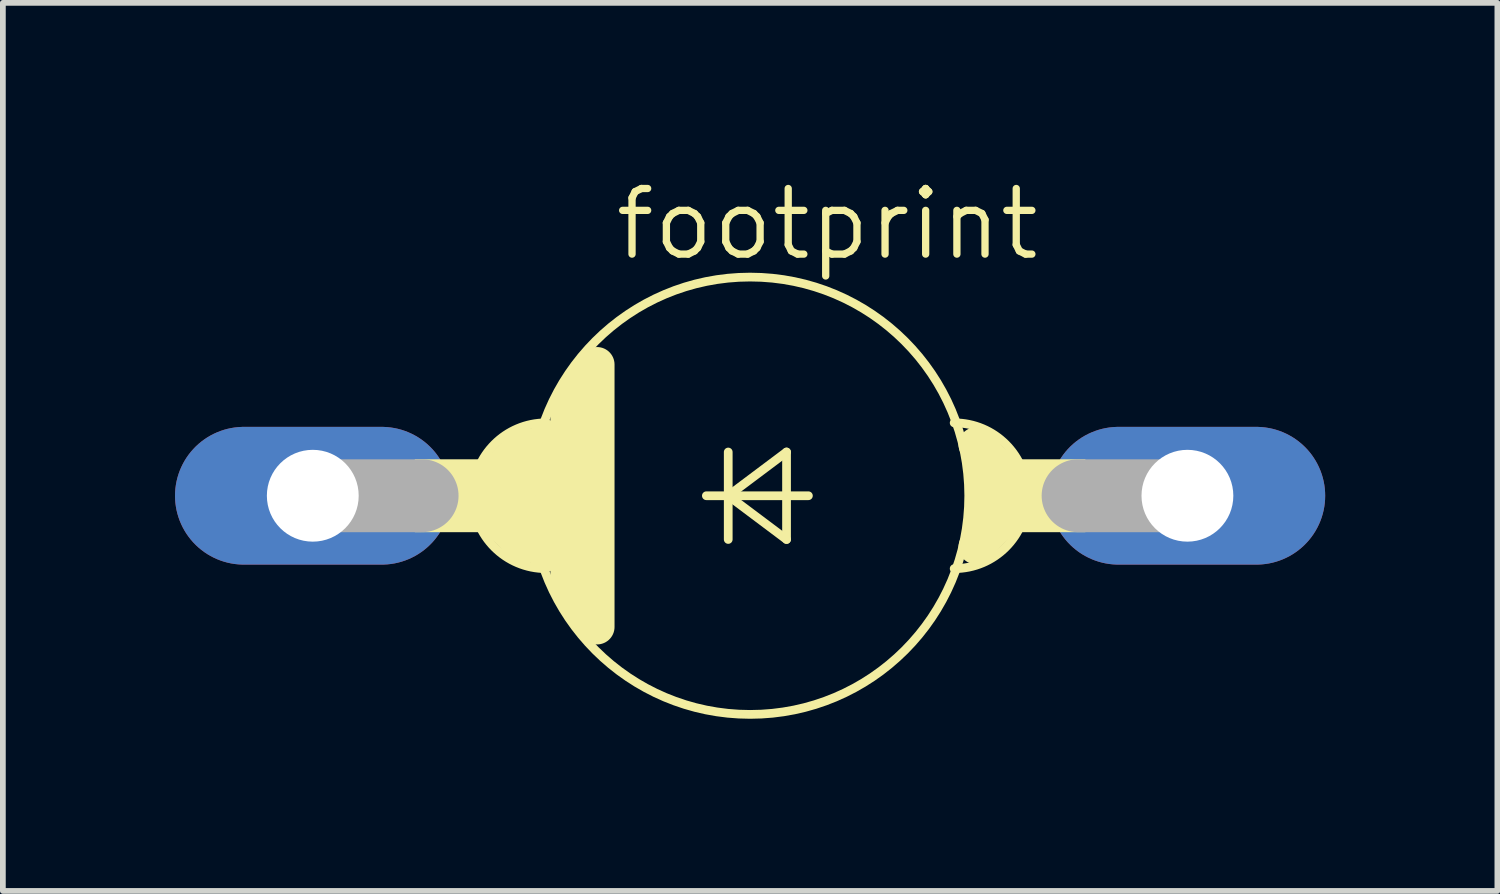
<source format=kicad_pcb>
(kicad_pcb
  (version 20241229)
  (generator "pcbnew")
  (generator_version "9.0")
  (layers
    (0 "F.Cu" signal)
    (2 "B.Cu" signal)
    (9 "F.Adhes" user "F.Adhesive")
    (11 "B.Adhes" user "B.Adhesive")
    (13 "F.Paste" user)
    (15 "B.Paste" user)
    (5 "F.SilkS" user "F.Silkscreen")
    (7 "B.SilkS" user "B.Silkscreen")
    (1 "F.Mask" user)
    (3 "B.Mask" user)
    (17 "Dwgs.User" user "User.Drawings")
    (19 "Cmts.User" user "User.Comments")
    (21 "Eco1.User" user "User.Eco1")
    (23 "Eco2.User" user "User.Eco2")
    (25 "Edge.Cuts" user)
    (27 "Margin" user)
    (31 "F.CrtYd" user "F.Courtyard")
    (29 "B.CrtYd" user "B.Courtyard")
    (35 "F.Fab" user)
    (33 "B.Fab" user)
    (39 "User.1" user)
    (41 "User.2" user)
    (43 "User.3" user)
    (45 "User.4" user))
  (footprint "footprint"
    (layer "F.Cu")
    (at 10.02 5.588)
    (property "Reference" "footprint" (at -2.413 -4.064 0) (layer "F.SilkS") (effects (font (size 1.143 1.143) (thickness 0.127)) (justify left bottom)))
    (fp_line (start -4.318 -0.508) (end -3.937 -0.889) (stroke (width 0.61) (type solid)) (layer "F.SilkS"))
    (fp_line (start -4.318 0.508) (end -3.937 0.889) (stroke (width 0.61) (type solid)) (layer "F.SilkS"))
    (fp_line (start -3.556 -1.016) (end -3.556 1.016) (stroke (width 0.61) (type solid)) (layer "F.SilkS"))
    (fp_line (start -3.175 -1.524) (end -3.175 1.524) (stroke (width 0.61) (type solid)) (layer "F.SilkS"))
    (fp_line (start -3.175 1.524) (end -2.921 2.032) (stroke (width 0.61) (type solid)) (layer "F.SilkS"))
    (fp_line (start -2.921 -2.032) (end -3.175 -1.524) (stroke (width 0.61) (type solid)) (layer "F.SilkS"))
    (fp_line (start -2.667 2.286) (end -2.667 -2.286) (stroke (width 0.61) (type solid)) (layer "F.SilkS"))
    (fp_line (start -0.762 0) (end -0.381 0) (stroke (width 0.152) (type solid)) (layer "F.SilkS"))
    (fp_line (start -0.381 -0.762) (end -0.381 0) (stroke (width 0.152) (type solid)) (layer "F.SilkS"))
    (fp_line (start -0.381 0) (end -0.381 0.762) (stroke (width 0.152) (type solid)) (layer "F.SilkS"))
    (fp_line (start -0.381 0) (end 0.635 -0.762) (stroke (width 0.152) (type solid)) (layer "F.SilkS"))
    (fp_line (start -0.381 0) (end 1.016 0) (stroke (width 0.152) (type solid)) (layer "F.SilkS"))
    (fp_line (start 0.635 -0.762) (end 0.635 0.762) (stroke (width 0.152) (type solid)) (layer "F.SilkS"))
    (fp_line (start 0.635 0.762) (end -0.381 0) (stroke (width 0.152) (type solid)) (layer "F.SilkS"))
    (fp_line (start 3.937 -0.889) (end 4.318 -0.508) (stroke (width 0.61) (type solid)) (layer "F.SilkS"))
    (fp_line (start 4.318 0.508) (end 3.937 0.889) (stroke (width 0.61) (type solid)) (layer "F.SilkS"))
    (fp_arc (start -3.556 1.27) (mid -4.826 0) (end -3.556 -1.27) (stroke (width 0.1524) (type solid)) (layer "F.SilkS"))
    (fp_arc (start 3.556 -1.27) (mid 4.826 0) (end 3.556 1.27) (stroke (width 0.1524) (type solid)) (layer "F.SilkS"))
    (fp_circle (center 0 0) (end 3.81 0) (stroke (width 0.152) (type solid)) (fill no) (layer "F.SilkS"))
    (fp_poly (pts (xy -5.842 0.635) (xy -3.81 0.635) (xy -3.81 -0.635) (xy -5.842 -0.635)) (stroke (width 0) (type solid)) (fill yes) (layer "F.SilkS"))
    (fp_poly (pts (xy 3.81 0.635) (xy 5.842 0.635) (xy 5.842 -0.635) (xy 3.81 -0.635)) (stroke (width 0) (type solid)) (fill yes) (layer "F.SilkS"))
    (fp_line (start -7.62 0) (end -5.715 0) (stroke (width 1.27) (type solid)) (layer "F.Fab"))
    (fp_line (start 7.62 0) (end 5.715 0) (stroke (width 1.27) (type solid)) (layer "F.Fab"))
    (pad "A" thru_hole oval (at 7.62 0) (size 4.801 2.4) (drill 1.6) (layers "*.Cu" "*.Mask"))
    (pad "C" thru_hole oval (at -7.62 0) (size 4.801 2.4) (drill 1.6) (layers "*.Cu" "*.Mask")))
  (gr_rect
    (start -3 -3)
    (end 23.041 12.474)
    (stroke (width 0.1) (type default))
    (fill no)
    (layer "Edge.Cuts")))
</source>
